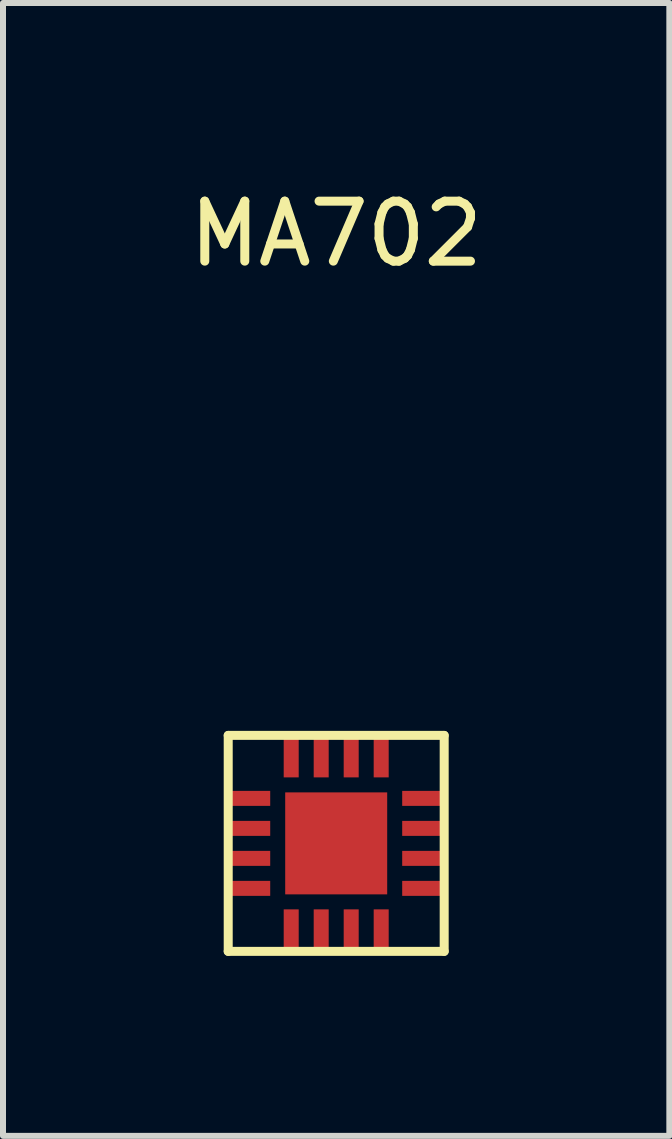
<source format=kicad_pcb>
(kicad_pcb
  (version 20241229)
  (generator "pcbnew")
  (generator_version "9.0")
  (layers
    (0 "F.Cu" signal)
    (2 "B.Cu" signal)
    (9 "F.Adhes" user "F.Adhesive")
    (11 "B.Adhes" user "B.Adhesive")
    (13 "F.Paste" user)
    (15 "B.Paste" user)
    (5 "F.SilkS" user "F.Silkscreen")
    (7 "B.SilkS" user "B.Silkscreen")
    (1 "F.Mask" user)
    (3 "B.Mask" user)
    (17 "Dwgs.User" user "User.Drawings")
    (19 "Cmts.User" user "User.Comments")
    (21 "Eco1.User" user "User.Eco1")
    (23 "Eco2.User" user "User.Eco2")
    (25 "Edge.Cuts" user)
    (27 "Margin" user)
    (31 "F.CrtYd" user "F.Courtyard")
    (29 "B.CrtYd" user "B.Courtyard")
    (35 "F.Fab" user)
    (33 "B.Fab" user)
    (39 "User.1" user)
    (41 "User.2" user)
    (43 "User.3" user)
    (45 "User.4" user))
  (footprint "MA702"
    (layer "F.Cu")
    (at 2.554 11.008)
    (property "Reference" "MA702" (at 0 -10.16 0) (layer "F.SilkS") (effects (font (size 1 1) (thickness 0.15))))
    (attr through_hole)
    (fp_line (start -1.8 -1.8) (end 1.8 -1.8) (stroke (width 0.15) (type solid)) (layer "F.SilkS"))
    (fp_line (start -1.8 1.8) (end -1.8 -1.8) (stroke (width 0.15) (type solid)) (layer "F.SilkS"))
    (fp_line (start 1.8 -1.8) (end 1.8 1.8) (stroke (width 0.15) (type solid)) (layer "F.SilkS"))
    (fp_line (start 1.8 1.8) (end -1.8 1.8) (stroke (width 0.15) (type solid)) (layer "F.SilkS"))
    (pad "1" smd rect (at -0.75 -1.45) (size 0.25 0.7) (layers "F.Cu" "F.Mask" "F.Paste"))
    (pad "2" smd rect (at -0.25 -1.45) (size 0.25 0.7) (layers "F.Cu" "F.Mask" "F.Paste"))
    (pad "3" smd rect (at 0.25 -1.45) (size 0.25 0.7) (layers "F.Cu" "F.Mask" "F.Paste"))
    (pad "4" smd rect (at 0.75 -1.45) (size 0.25 0.7) (layers "F.Cu" "F.Mask" "F.Paste"))
    (pad "5" smd rect (at 1.45 -0.75) (size 0.7 0.25) (layers "F.Cu" "F.Mask" "F.Paste"))
    (pad "6" smd rect (at 1.45 -0.25) (size 0.7 0.25) (layers "F.Cu" "F.Mask" "F.Paste"))
    (pad "7" smd rect (at 1.45 0.25) (size 0.7 0.25) (layers "F.Cu" "F.Mask" "F.Paste"))
    (pad "8" smd rect (at 1.45 0.75) (size 0.7 0.25) (layers "F.Cu" "F.Mask" "F.Paste"))
    (pad "9" smd rect (at 0.75 1.45) (size 0.25 0.7) (layers "F.Cu" "F.Mask" "F.Paste"))
    (pad "10" smd rect (at 0.25 1.45) (size 0.25 0.7) (layers "F.Cu" "F.Mask" "F.Paste"))
    (pad "11" smd rect (at -0.25 1.45) (size 0.25 0.7) (layers "F.Cu" "F.Mask" "F.Paste"))
    (pad "12" smd rect (at -0.75 1.45) (size 0.25 0.7) (layers "F.Cu" "F.Mask" "F.Paste"))
    (pad "13" smd rect (at -1.45 0.75) (size 0.7 0.25) (layers "F.Cu" "F.Mask" "F.Paste"))
    (pad "14" smd rect (at -1.45 0.25) (size 0.7 0.25) (layers "F.Cu" "F.Mask" "F.Paste"))
    (pad "15" smd rect (at -1.45 -0.25) (size 0.7 0.25) (layers "F.Cu" "F.Mask" "F.Paste"))
    (pad "16" smd rect (at -1.45 -0.75) (size 0.7 0.25) (layers "F.Cu" "F.Mask" "F.Paste"))
    (pad "17" smd rect (at 0 0) (size 1.7 1.7) (layers "F.Cu" "F.Mask" "F.Paste")))
  (gr_rect
    (start -3 -3)
    (end 8.107 15.883)
    (stroke (width 0.1) (type default))
    (fill no)
    (layer "Edge.Cuts")))
</source>
